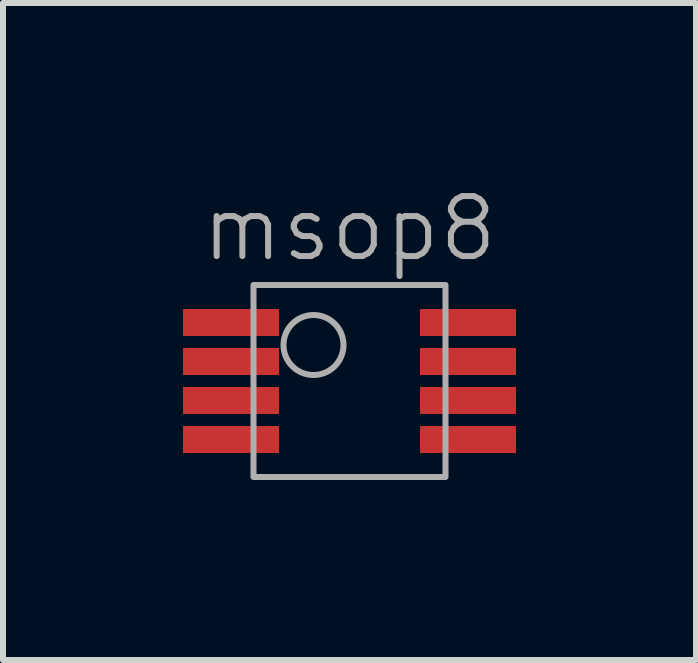
<source format=kicad_pcb>
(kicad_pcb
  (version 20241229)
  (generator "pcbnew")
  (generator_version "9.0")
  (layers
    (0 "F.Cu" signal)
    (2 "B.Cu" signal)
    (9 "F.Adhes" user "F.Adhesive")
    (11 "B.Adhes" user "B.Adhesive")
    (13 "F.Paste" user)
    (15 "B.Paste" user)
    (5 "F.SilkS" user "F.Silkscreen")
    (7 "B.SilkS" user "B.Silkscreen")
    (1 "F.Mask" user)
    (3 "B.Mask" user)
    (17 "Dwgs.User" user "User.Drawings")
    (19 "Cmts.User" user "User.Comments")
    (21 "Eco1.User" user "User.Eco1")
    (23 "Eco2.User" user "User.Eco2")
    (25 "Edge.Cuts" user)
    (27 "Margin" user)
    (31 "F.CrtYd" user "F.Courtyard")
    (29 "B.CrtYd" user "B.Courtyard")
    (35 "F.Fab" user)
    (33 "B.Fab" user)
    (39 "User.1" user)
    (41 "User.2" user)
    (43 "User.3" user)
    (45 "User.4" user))
  (footprint "msop8"
    (layer "F.Cu")
    (at 2.775 3.3)
    (property "Reference" "msop8" (at 0 -2.54 0) (unlocked yes) (layer "F.Fab") (effects (font (size 1 1) (thickness 0.1))))
    (attr smd)
    (fp_rect (start -1.6 1.6) (end 1.6 -1.6) (stroke (width 0.1) (type default)) (fill no) (layer "F.Fab"))
    (fp_circle (center -0.6 -0.6) (end -0.1 -0.6) (stroke (width 0.1) (type default)) (fill no) (layer "F.Fab"))
    (pad "1" smd rect (at -1.975 -0.975) (size 1.6 0.45) (layers "F.Cu" "F.Mask" "F.Paste"))
    (pad "2" smd rect (at -1.975 -0.325) (size 1.6 0.45) (layers "F.Cu" "F.Mask" "F.Paste"))
    (pad "3" smd rect (at -1.975 0.325) (size 1.6 0.45) (layers "F.Cu" "F.Mask" "F.Paste"))
    (pad "4" smd rect (at -1.975 0.975) (size 1.6 0.45) (layers "F.Cu" "F.Mask" "F.Paste"))
    (pad "5" smd rect (at 1.975 0.975) (size 1.6 0.45) (layers "F.Cu" "F.Mask" "F.Paste"))
    (pad "6" smd rect (at 1.975 0.325) (size 1.6 0.45) (layers "F.Cu" "F.Mask" "F.Paste"))
    (pad "7" smd rect (at 1.975 -0.325) (size 1.6 0.45) (layers "F.Cu" "F.Mask" "F.Paste"))
    (pad "8" smd rect (at 1.975 -0.975) (size 1.6 0.45) (layers "F.Cu" "F.Mask" "F.Paste")))
  (gr_rect
    (start -3 -3)
    (end 8.55 7.95)
    (stroke (width 0.1) (type default))
    (fill no)
    (layer "Edge.Cuts")))
</source>
